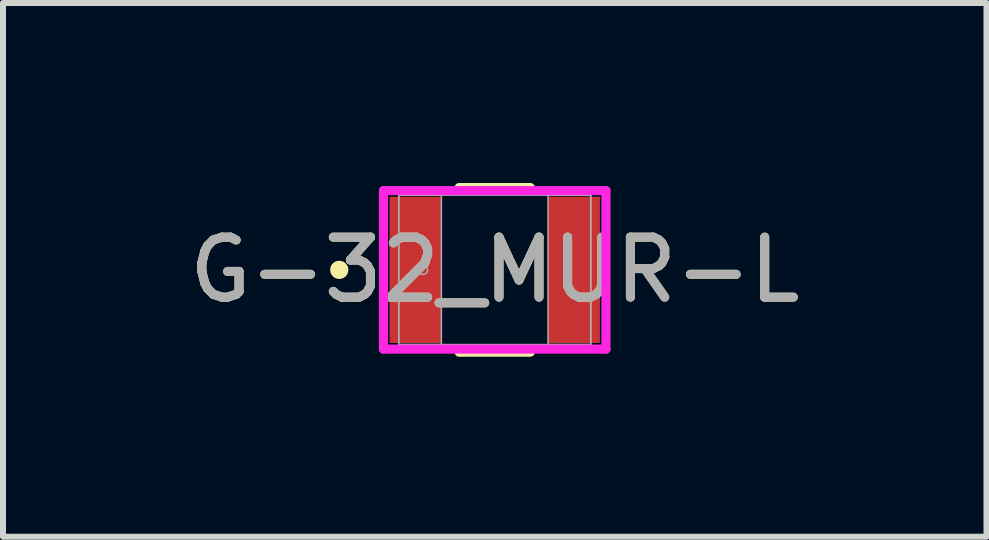
<source format=kicad_pcb>
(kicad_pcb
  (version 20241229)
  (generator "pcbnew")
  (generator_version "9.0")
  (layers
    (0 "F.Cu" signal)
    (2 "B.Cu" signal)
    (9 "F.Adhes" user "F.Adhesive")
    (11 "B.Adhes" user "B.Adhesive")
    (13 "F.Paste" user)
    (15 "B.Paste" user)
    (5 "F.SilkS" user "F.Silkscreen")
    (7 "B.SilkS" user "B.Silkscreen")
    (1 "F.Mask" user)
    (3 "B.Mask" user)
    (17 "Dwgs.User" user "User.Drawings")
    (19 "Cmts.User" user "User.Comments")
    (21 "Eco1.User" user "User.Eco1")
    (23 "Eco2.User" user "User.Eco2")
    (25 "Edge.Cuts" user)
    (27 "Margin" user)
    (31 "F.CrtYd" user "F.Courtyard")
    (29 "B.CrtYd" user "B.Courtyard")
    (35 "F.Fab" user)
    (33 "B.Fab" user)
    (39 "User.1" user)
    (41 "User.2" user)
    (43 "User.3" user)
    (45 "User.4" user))
  (footprint "G-32_MUR-L"
    (layer "F.Cu")
    (at 5.196 1.448)
    (property "Reference" "G-32_MUR-L" (at 0 0 0) (unlocked yes) (layer "F.SilkS") (effects (font (size 1 1) (thickness 0.15))))
    (attr smd)
    (fp_line (start -0.593 1.372) (end 0.593 1.372) (stroke (width 0.152) (type solid)) (layer "F.SilkS"))
    (fp_line (start 0.593 -1.372) (end -0.593 -1.372) (stroke (width 0.152) (type solid)) (layer "F.SilkS"))
    (fp_circle (center -2.591 0) (end -2.515 0) (stroke (width 0.152) (type solid)) (fill no) (layer "F.SilkS"))
    (fp_line (start -1.854 -1.321) (end 1.854 -1.321) (stroke (width 0.152) (type solid)) (layer "F.CrtYd"))
    (fp_line (start -1.854 1.321) (end -1.854 -1.321) (stroke (width 0.152) (type solid)) (layer "F.CrtYd"))
    (fp_line (start 1.854 -1.321) (end 1.854 1.321) (stroke (width 0.152) (type solid)) (layer "F.CrtYd"))
    (fp_line (start 1.854 1.321) (end -1.854 1.321) (stroke (width 0.152) (type solid)) (layer "F.CrtYd"))
    (fp_line (start -1.6 -1.245) (end -1.6 1.245) (stroke (width 0.025) (type solid)) (layer "F.Fab"))
    (fp_line (start -1.6 -1.245) (end -1.6 1.245) (stroke (width 0.025) (type solid)) (layer "F.Fab"))
    (fp_line (start -1.6 1.245) (end -0.889 1.245) (stroke (width 0.025) (type solid)) (layer "F.Fab"))
    (fp_line (start -1.6 1.245) (end 1.6 1.245) (stroke (width 0.025) (type solid)) (layer "F.Fab"))
    (fp_line (start -0.889 -1.245) (end -1.6 -1.245) (stroke (width 0.025) (type solid)) (layer "F.Fab"))
    (fp_line (start -0.889 1.245) (end -0.889 -1.245) (stroke (width 0.025) (type solid)) (layer "F.Fab"))
    (fp_line (start 0.889 -1.245) (end 0.889 1.245) (stroke (width 0.025) (type solid)) (layer "F.Fab"))
    (fp_line (start 0.889 1.245) (end 1.6 1.245) (stroke (width 0.025) (type solid)) (layer "F.Fab"))
    (fp_line (start 1.6 -1.245) (end -1.6 -1.245) (stroke (width 0.025) (type solid)) (layer "F.Fab"))
    (fp_line (start 1.6 -1.245) (end 0.889 -1.245) (stroke (width 0.025) (type solid)) (layer "F.Fab"))
    (fp_line (start 1.6 1.245) (end 1.6 -1.245) (stroke (width 0.025) (type solid)) (layer "F.Fab"))
    (fp_line (start 1.6 1.245) (end 1.6 -1.245) (stroke (width 0.025) (type solid)) (layer "F.Fab"))
    (fp_circle (center -1.194 0) (end -1.118 0) (stroke (width 0.025) (type solid)) (fill no) (layer "F.Fab"))
    (fp_text user "${REFERENCE}" (at 0 0 0) (unlocked yes) (layer "F.Fab") (effects (font (size 1 1) (thickness 0.15))))
    (pad "1" smd rect (at -1.321 0) (size 0.864 2.438) (layers "F.Cu" "F.Mask" "F.Paste"))
    (pad "2" smd rect (at 1.321 0) (size 0.864 2.438) (layers "F.Cu" "F.Mask" "F.Paste"))
    (zone (net_name "") (layer "F.Cu") (hatch full 0.508) (connect_pads) (min_thickness 0.254) (filled_areas_thickness no) (keepout (tracks not_allowed) (vias not_allowed) (pads allowed) (copperpour not_allowed) (footprints allowed)) (placement (enabled no)) (fill) (polygon (pts (xy 4.358 0.254) (xy 6.035 0.254) (xy 6.035 2.642) (xy 4.358 2.642)))))
  (gr_rect
    (start -3 -3)
    (end 13.393 5.896)
    (stroke (width 0.1) (type default))
    (fill no)
    (layer "Edge.Cuts")))
</source>
